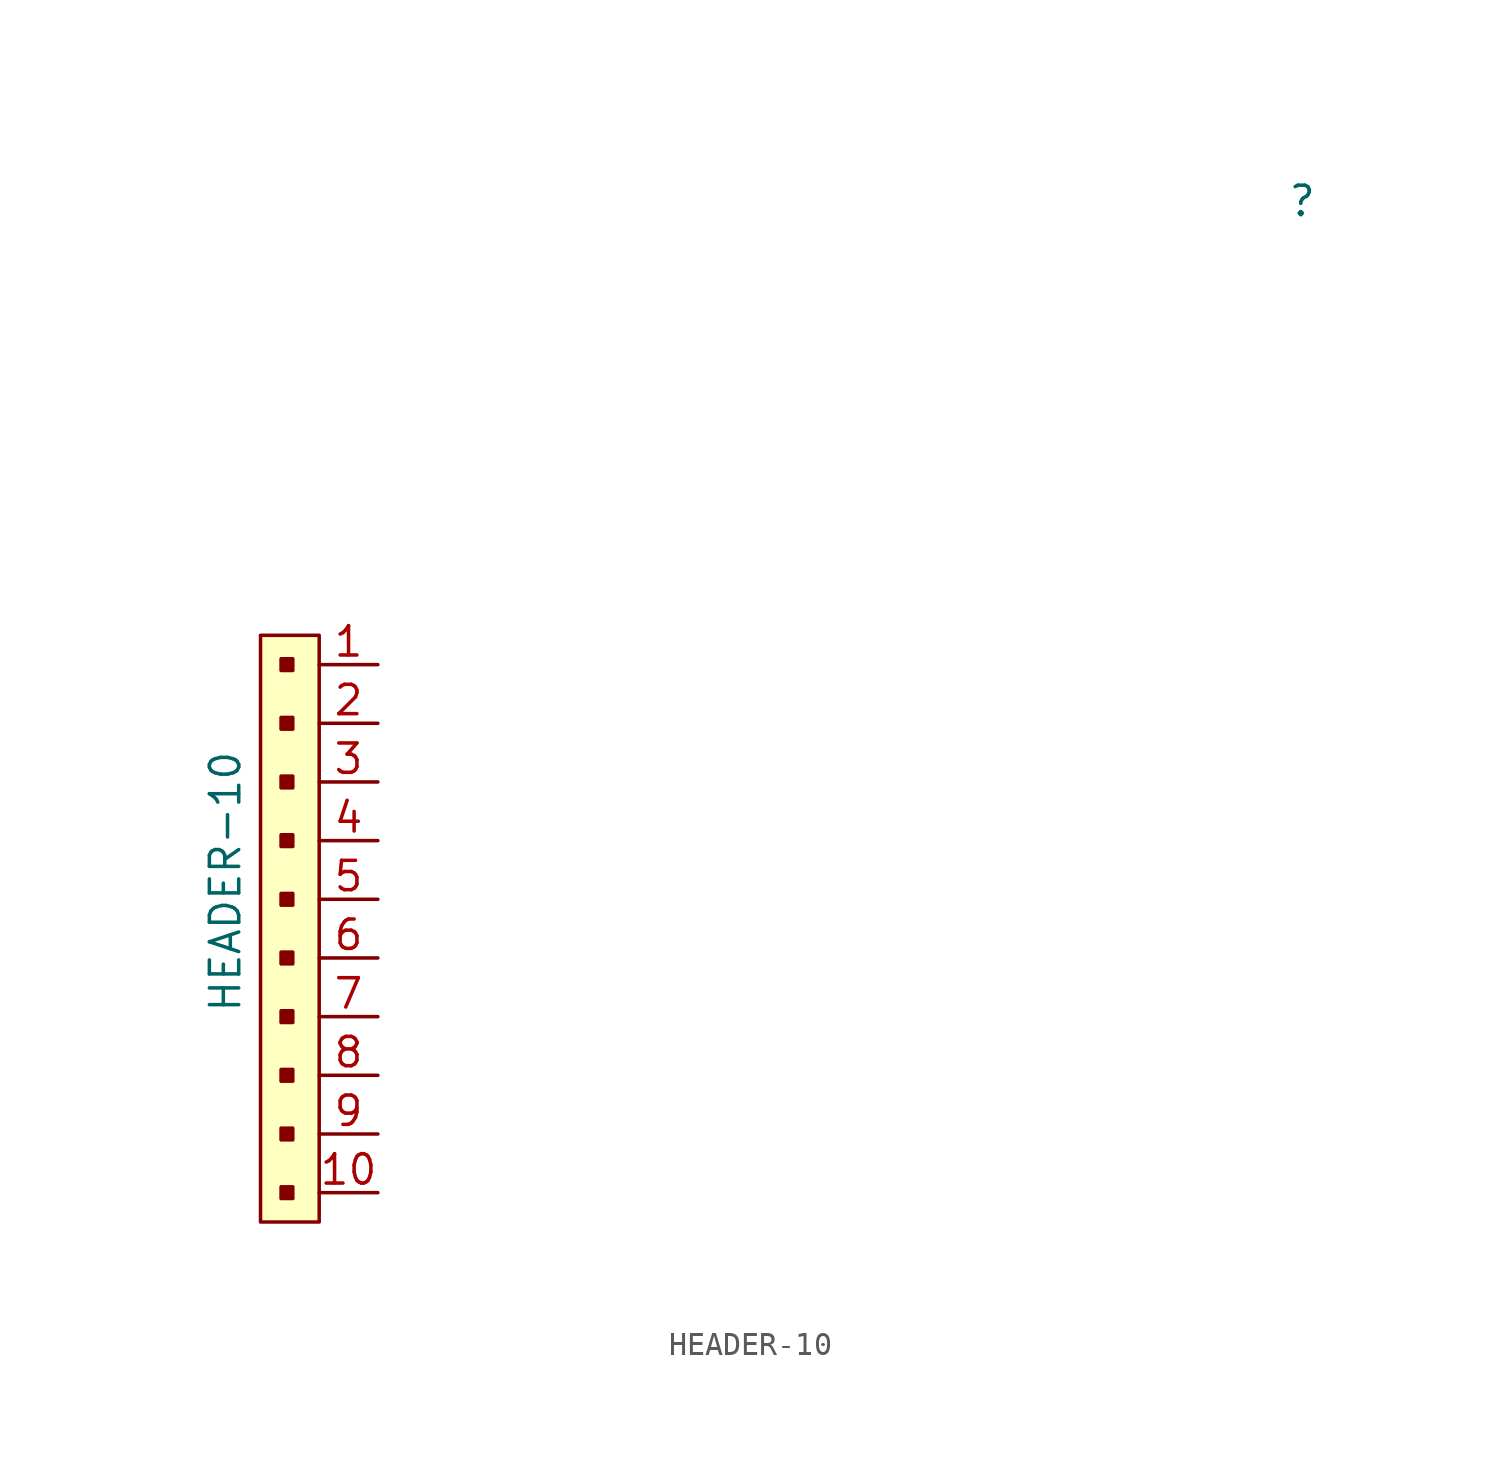
<source format=kicad_sym>
(kicad_symbol_lib
  (version 20231120)
  (generator "kicad_symbol_editor")
  (generator_version "8.0")
  (symbol "HEADER-10"
    (pin_names
      (offset 1.016) hide)
    (property "Reference" " "
      (at 41.91 20.066 0)
      (effects (font (size 1.27 1.27)) (justify left)))
    (property "Value" "HEADER-10"
      (at -4.064 -9.398 90)
      (effects (font (size 1.27 1.27))))
    (symbol "HEADER-10_1_1"
      (rectangle (start -2.54 1.27) (end 0 -24.13) (stroke (width 0) (type solid)) (fill (type background)))
      (rectangle (start -1.143 -22.606) (end -1.651 -23.114) (stroke (width 0) (type solid)) (fill (type outline)))
      (rectangle (start -1.143 -20.066) (end -1.651 -20.574) (stroke (width 0) (type solid)) (fill (type outline)))
      (rectangle (start -1.143 -17.526) (end -1.651 -18.034) (stroke (width 0) (type solid)) (fill (type outline)))
      (rectangle (start -1.143 -14.986) (end -1.651 -15.494) (stroke (width 0) (type solid)) (fill (type outline)))
      (rectangle (start -1.143 -12.446) (end -1.651 -12.954) (stroke (width 0) (type solid)) (fill (type outline)))
      (rectangle (start -1.143 -9.906) (end -1.651 -10.414) (stroke (width 0) (type solid)) (fill (type outline)))
      (rectangle (start -1.143 -7.366) (end -1.651 -7.874) (stroke (width 0) (type solid)) (fill (type outline)))
      (rectangle (start -1.143 -4.826) (end -1.651 -5.334) (stroke (width 0) (type solid)) (fill (type outline)))
      (rectangle (start -1.143 -2.286) (end -1.651 -2.794) (stroke (width 0) (type solid)) (fill (type outline)))
      (rectangle (start -1.143 0.254) (end -1.651 -0.254) (stroke (width 0) (type solid)) (fill (type outline)))
      (pin passive line (at 2.54 0 180) (length 2.54) (name "~" (effects (font (size 1.27 1.27)))) (number "1" (effects (font (size 1.27 1.27)))))
      (pin passive line (at 2.54 -22.86 180) (length 2.54) (name "~" (effects (font (size 1.27 1.27)))) (number "10" (effects (font (size 1.27 1.27)))))
      (pin passive line (at 2.54 -2.54 180) (length 2.54) (name "~" (effects (font (size 1.27 1.27)))) (number "2" (effects (font (size 1.27 1.27)))))
      (pin passive line (at 2.54 -5.08 180) (length 2.54) (name "~" (effects (font (size 1.27 1.27)))) (number "3" (effects (font (size 1.27 1.27)))))
      (pin passive line (at 2.54 -7.62 180) (length 2.54) (name "~" (effects (font (size 1.27 1.27)))) (number "4" (effects (font (size 1.27 1.27)))))
      (pin passive line (at 2.54 -10.16 180) (length 2.54) (name "~" (effects (font (size 1.27 1.27)))) (number "5" (effects (font (size 1.27 1.27)))))
      (pin passive line (at 2.54 -12.7 180) (length 2.54) (name "~" (effects (font (size 1.27 1.27)))) (number "6" (effects (font (size 1.27 1.27)))))
      (pin passive line (at 2.54 -15.24 180) (length 2.54) (name "~" (effects (font (size 1.27 1.27)))) (number "7" (effects (font (size 1.27 1.27)))))
      (pin passive line (at 2.54 -17.78 180) (length 2.54) (name "~" (effects (font (size 1.27 1.27)))) (number "8" (effects (font (size 1.27 1.27)))))
      (pin passive line (at 2.54 -20.32 180) (length 2.54) (name "~" (effects (font (size 1.27 1.27)))) (number "9" (effects (font (size 1.27 1.27))))))))
</source>
